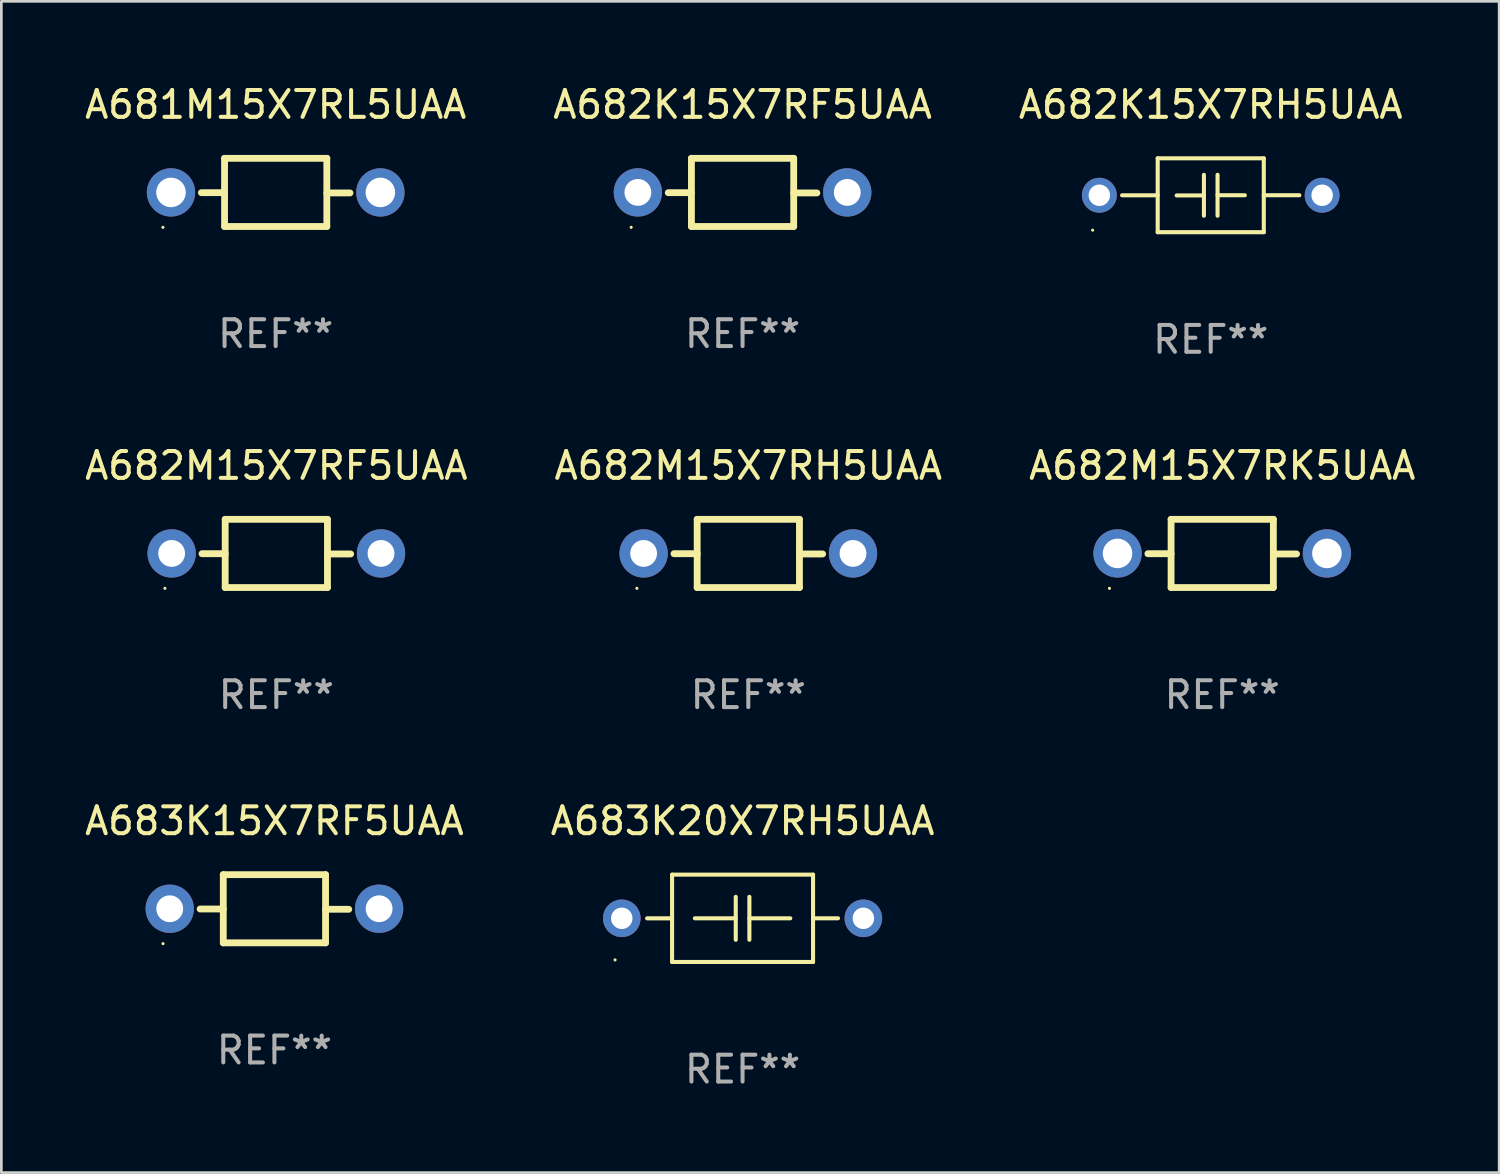
<source format=kicad_pcb>
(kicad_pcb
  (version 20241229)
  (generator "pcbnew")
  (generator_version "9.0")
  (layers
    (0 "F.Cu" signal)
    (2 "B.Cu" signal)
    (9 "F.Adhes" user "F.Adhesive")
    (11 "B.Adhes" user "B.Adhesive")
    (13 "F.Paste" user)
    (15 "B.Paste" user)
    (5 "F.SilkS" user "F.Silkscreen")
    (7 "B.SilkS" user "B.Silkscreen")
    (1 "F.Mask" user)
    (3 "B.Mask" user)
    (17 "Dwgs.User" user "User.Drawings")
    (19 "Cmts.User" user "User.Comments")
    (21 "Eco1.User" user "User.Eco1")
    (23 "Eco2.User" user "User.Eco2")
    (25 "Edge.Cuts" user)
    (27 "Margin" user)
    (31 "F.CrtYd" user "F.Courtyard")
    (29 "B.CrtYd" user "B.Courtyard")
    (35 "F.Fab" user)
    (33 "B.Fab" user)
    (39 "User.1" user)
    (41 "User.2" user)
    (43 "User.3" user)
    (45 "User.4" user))
  (footprint "A682M15X7RK5UAA"
    (layer "F.Cu")
    (at 42.482 17.567)
    (property "Reference" "A682M15X7RK5UAA" (at 0 -3.27 0) (layer "F.SilkS") (effects (font (size 1 1) (thickness 0.15))))
    (attr through_hole)
    (fp_line (start -1.905 -1.27) (end -1.905 1.27) (stroke (width 0.254) (type solid)) (layer "F.SilkS"))
    (fp_line (start -1.905 0.01) (end -2.769 0.01) (stroke (width 0.254) (type solid)) (layer "F.SilkS"))
    (fp_line (start -1.905 1.27) (end 1.905 1.27) (stroke (width 0.254) (type solid)) (layer "F.SilkS"))
    (fp_line (start 1.905 -1.27) (end -1.905 -1.27) (stroke (width 0.254) (type solid)) (layer "F.SilkS"))
    (fp_line (start 1.905 0.02) (end 2.769 0.02) (stroke (width 0.254) (type solid)) (layer "F.SilkS"))
    (fp_line (start 1.905 1.27) (end 1.905 -1.27) (stroke (width 0.254) (type solid)) (layer "F.SilkS"))
    (fp_circle (center -4.201 1.3) (end -4.171 1.3) (stroke (width 0.06) (type solid)) (fill no) (layer "F.SilkS"))
    (fp_text user "REF**" (at 0 5.27 0) (layer "F.Fab") (effects (font (size 1 1) (thickness 0.15))))
    (pad "1" thru_hole circle (at -3.9 0) (size 1.8 1.8) (drill 1.1) (layers "*.Cu" "*.Mask"))
    (pad "2" thru_hole circle (at 3.9 0) (size 1.8 1.8) (drill 1.1) (layers "*.Cu" "*.Mask")))
  (footprint "A682M15X7RH5UAA"
    (layer "F.Cu")
    (at 24.827 17.567)
    (property "Reference" "A682M15X7RH5UAA" (at 0 -3.27 0) (layer "F.SilkS") (effects (font (size 1 1) (thickness 0.15))))
    (attr through_hole)
    (fp_line (start -1.905 -1.27) (end -1.905 1.27) (stroke (width 0.254) (type solid)) (layer "F.SilkS"))
    (fp_line (start -1.905 0.01) (end -2.769 0.01) (stroke (width 0.254) (type solid)) (layer "F.SilkS"))
    (fp_line (start -1.905 1.27) (end 1.905 1.27) (stroke (width 0.254) (type solid)) (layer "F.SilkS"))
    (fp_line (start 1.905 -1.27) (end -1.905 -1.27) (stroke (width 0.254) (type solid)) (layer "F.SilkS"))
    (fp_line (start 1.905 0.02) (end 2.769 0.02) (stroke (width 0.254) (type solid)) (layer "F.SilkS"))
    (fp_line (start 1.905 1.27) (end 1.905 -1.27) (stroke (width 0.254) (type solid)) (layer "F.SilkS"))
    (fp_circle (center -4.15 1.3) (end -4.12 1.3) (stroke (width 0.06) (type solid)) (fill no) (layer "F.SilkS"))
    (fp_text user "REF**" (at 0 5.27 0) (layer "F.Fab") (effects (font (size 1 1) (thickness 0.15))))
    (pad "1" thru_hole circle (at -3.9 0) (size 1.8 1.8) (drill 1) (layers "*.Cu" "*.Mask"))
    (pad "2" thru_hole circle (at 3.9 0) (size 1.8 1.8) (drill 1) (layers "*.Cu" "*.Mask")))
  (footprint "A682K15X7RF5UAA"
    (layer "F.Cu")
    (at 24.613 4.118)
    (property "Reference" "A682K15X7RF5UAA" (at 0 -3.27 0) (layer "F.SilkS") (effects (font (size 1 1) (thickness 0.15))))
    (attr through_hole)
    (fp_line (start -1.905 -1.27) (end -1.905 1.27) (stroke (width 0.254) (type solid)) (layer "F.SilkS"))
    (fp_line (start -1.905 0.01) (end -2.769 0.01) (stroke (width 0.254) (type solid)) (layer "F.SilkS"))
    (fp_line (start -1.905 1.27) (end 1.905 1.27) (stroke (width 0.254) (type solid)) (layer "F.SilkS"))
    (fp_line (start 1.905 -1.27) (end -1.905 -1.27) (stroke (width 0.254) (type solid)) (layer "F.SilkS"))
    (fp_line (start 1.905 0.02) (end 2.769 0.02) (stroke (width 0.254) (type solid)) (layer "F.SilkS"))
    (fp_line (start 1.905 1.27) (end 1.905 -1.27) (stroke (width 0.254) (type solid)) (layer "F.SilkS"))
    (fp_circle (center -4.15 1.3) (end -4.12 1.3) (stroke (width 0.06) (type solid)) (fill no) (layer "F.SilkS"))
    (fp_text user "REF**" (at 0 5.27 0) (layer "F.Fab") (effects (font (size 1 1) (thickness 0.15))))
    (pad "1" thru_hole circle (at -3.9 0) (size 1.8 1.8) (drill 1) (layers "*.Cu" "*.Mask"))
    (pad "2" thru_hole circle (at 3.9 0) (size 1.8 1.8) (drill 1) (layers "*.Cu" "*.Mask")))
  (footprint "A683K15X7RF5UAA"
    (layer "F.Cu")
    (at 7.173 30.804)
    (property "Reference" "A683K15X7RF5UAA" (at 0 -3.27 0) (layer "F.SilkS") (effects (font (size 1 1) (thickness 0.15))))
    (attr through_hole)
    (fp_line (start -1.905 -1.27) (end -1.905 1.27) (stroke (width 0.254) (type solid)) (layer "F.SilkS"))
    (fp_line (start -1.905 0.01) (end -2.769 0.01) (stroke (width 0.254) (type solid)) (layer "F.SilkS"))
    (fp_line (start -1.905 1.27) (end 1.905 1.27) (stroke (width 0.254) (type solid)) (layer "F.SilkS"))
    (fp_line (start 1.905 -1.27) (end -1.905 -1.27) (stroke (width 0.254) (type solid)) (layer "F.SilkS"))
    (fp_line (start 1.905 0.02) (end 2.769 0.02) (stroke (width 0.254) (type solid)) (layer "F.SilkS"))
    (fp_line (start 1.905 1.27) (end 1.905 -1.27) (stroke (width 0.254) (type solid)) (layer "F.SilkS"))
    (fp_circle (center -4.15 1.3) (end -4.12 1.3) (stroke (width 0.06) (type solid)) (fill no) (layer "F.SilkS"))
    (fp_text user "REF**" (at 0 5.27 0) (layer "F.Fab") (effects (font (size 1 1) (thickness 0.15))))
    (pad "1" thru_hole circle (at -3.9 0) (size 1.8 1.8) (drill 1) (layers "*.Cu" "*.Mask"))
    (pad "2" thru_hole circle (at 3.9 0) (size 1.8 1.8) (drill 1) (layers "*.Cu" "*.Mask")))
  (footprint "A681M15X7RL5UAA"
    (layer "F.Cu")
    (at 7.22 4.118)
    (property "Reference" "A681M15X7RL5UAA" (at 0 -3.27 0) (layer "F.SilkS") (effects (font (size 1 1) (thickness 0.15))))
    (attr through_hole)
    (fp_line (start -1.905 -1.27) (end -1.905 1.27) (stroke (width 0.254) (type solid)) (layer "F.SilkS"))
    (fp_line (start -1.905 0.01) (end -2.769 0.01) (stroke (width 0.254) (type solid)) (layer "F.SilkS"))
    (fp_line (start -1.905 1.27) (end 1.905 1.27) (stroke (width 0.254) (type solid)) (layer "F.SilkS"))
    (fp_line (start 1.905 -1.27) (end -1.905 -1.27) (stroke (width 0.254) (type solid)) (layer "F.SilkS"))
    (fp_line (start 1.905 0.02) (end 2.769 0.02) (stroke (width 0.254) (type solid)) (layer "F.SilkS"))
    (fp_line (start 1.905 1.27) (end 1.905 -1.27) (stroke (width 0.254) (type solid)) (layer "F.SilkS"))
    (fp_circle (center -4.201 1.3) (end -4.171 1.3) (stroke (width 0.06) (type solid)) (fill no) (layer "F.SilkS"))
    (fp_text user "REF**" (at 0 5.27 0) (layer "F.Fab") (effects (font (size 1 1) (thickness 0.15))))
    (pad "1" thru_hole circle (at -3.9 0) (size 1.8 1.8) (drill 1.1) (layers "*.Cu" "*.Mask"))
    (pad "2" thru_hole circle (at 3.9 0) (size 1.8 1.8) (drill 1.1) (layers "*.Cu" "*.Mask")))
  (footprint "A682K15X7RH5UAA"
    (layer "F.Cu")
    (at 42.054 4.224)
    (property "Reference" "A682K15X7RH5UAA" (at 0 -3.376 0) (layer "F.SilkS") (effects (font (size 1 1) (thickness 0.15))))
    (attr through_hole)
    (fp_line (start -1.976 -1.376) (end 1.976 -1.376) (stroke (width 0.152) (type solid)) (layer "F.SilkS"))
    (fp_line (start -1.976 0.001) (end -3.302 0.001) (stroke (width 0.152) (type solid)) (layer "F.SilkS"))
    (fp_line (start -1.976 1.376) (end -1.976 -1.376) (stroke (width 0.152) (type solid)) (layer "F.SilkS"))
    (fp_line (start -0.254 -0.762) (end -0.254 0.762) (stroke (width 0.152) (type solid)) (layer "F.SilkS"))
    (fp_line (start -0.254 0.007) (end -1.27 0.007) (stroke (width 0.152) (type solid)) (layer "F.SilkS"))
    (fp_line (start 0.254 -0.762) (end 0.254 0.762) (stroke (width 0.152) (type solid)) (layer "F.SilkS"))
    (fp_line (start 0.254 0) (end 1.27 0) (stroke (width 0.152) (type solid)) (layer "F.SilkS"))
    (fp_line (start 1.976 -1.376) (end 1.976 1.376) (stroke (width 0.152) (type solid)) (layer "F.SilkS"))
    (fp_line (start 1.976 -0.001) (end 3.302 -0.001) (stroke (width 0.152) (type solid)) (layer "F.SilkS"))
    (fp_line (start 1.976 1.376) (end -1.976 1.376) (stroke (width 0.152) (type solid)) (layer "F.SilkS"))
    (fp_circle (center -4.4 1.3) (end -4.37 1.3) (stroke (width 0.06) (type solid)) (fill no) (layer "F.SilkS"))
    (fp_text user "REF**" (at 0 5.376 0) (layer "F.Fab") (effects (font (size 1 1) (thickness 0.15))))
    (pad "1" thru_hole circle (at -4.15 0) (size 1.3 1.3) (drill 0.8) (layers "*.Cu" "*.Mask"))
    (pad "2" thru_hole circle (at 4.15 0) (size 1.3 1.3) (drill 0.8) (layers "*.Cu" "*.Mask")))
  (footprint "A683K20X7RH5UAA"
    (layer "F.Cu")
    (at 24.613 31.16)
    (property "Reference" "A683K20X7RH5UAA" (at 0 -3.626 0) (layer "F.SilkS") (effects (font (size 1 1) (thickness 0.15))))
    (attr through_hole)
    (fp_line (start -2.626 -1.626) (end 2.626 -1.626) (stroke (width 0.152) (type solid)) (layer "F.SilkS"))
    (fp_line (start -2.626 1.626) (end -2.626 -1.626) (stroke (width 0.152) (type solid)) (layer "F.SilkS"))
    (fp_line (start -2.626 0.001) (end -3.556 0.001) (stroke (width 0.152) (type solid)) (layer "F.SilkS"))
    (fp_line (start -0.254 -0.8) (end -0.254 0.8) (stroke (width 0.152) (type solid)) (layer "F.SilkS"))
    (fp_line (start -0.254 -0.000013) (end -1.778 -0.000013) (stroke (width 0.152) (type solid)) (layer "F.SilkS"))
    (fp_line (start 0.254 -0.000013) (end 1.778 -0.000013) (stroke (width 0.152) (type solid)) (layer "F.SilkS"))
    (fp_line (start 0.254 0.8) (end 0.254 -0.8) (stroke (width 0.152) (type solid)) (layer "F.SilkS"))
    (fp_line (start 2.626 -1.626) (end 2.626 1.626) (stroke (width 0.152) (type solid)) (layer "F.SilkS"))
    (fp_line (start 2.626 -0.001) (end 3.556 -0.001) (stroke (width 0.152) (type solid)) (layer "F.SilkS"))
    (fp_line (start 2.626 1.626) (end -2.626 1.626) (stroke (width 0.152) (type solid)) (layer "F.SilkS"))
    (fp_circle (center -4.75 1.55) (end -4.72 1.55) (stroke (width 0.06) (type solid)) (fill no) (layer "F.SilkS"))
    (fp_text user "REF**" (at 0 5.626 0) (layer "F.Fab") (effects (font (size 1 1) (thickness 0.15))))
    (pad "1" thru_hole circle (at -4.5 -0.000013) (size 1.4 1.4) (drill 0.8) (layers "*.Cu" "*.Mask"))
    (pad "2" thru_hole circle (at 4.5 -0.000013) (size 1.4 1.4) (drill 0.8) (layers "*.Cu" "*.Mask")))
  (footprint "A682M15X7RF5UAA"
    (layer "F.Cu")
    (at 7.244 17.567)
    (property "Reference" "A682M15X7RF5UAA" (at 0 -3.27 0) (layer "F.SilkS") (effects (font (size 1 1) (thickness 0.15))))
    (attr through_hole)
    (fp_line (start -1.905 -1.27) (end -1.905 1.27) (stroke (width 0.254) (type solid)) (layer "F.SilkS"))
    (fp_line (start -1.905 0.01) (end -2.769 0.01) (stroke (width 0.254) (type solid)) (layer "F.SilkS"))
    (fp_line (start -1.905 1.27) (end 1.905 1.27) (stroke (width 0.254) (type solid)) (layer "F.SilkS"))
    (fp_line (start 1.905 -1.27) (end -1.905 -1.27) (stroke (width 0.254) (type solid)) (layer "F.SilkS"))
    (fp_line (start 1.905 0.02) (end 2.769 0.02) (stroke (width 0.254) (type solid)) (layer "F.SilkS"))
    (fp_line (start 1.905 1.27) (end 1.905 -1.27) (stroke (width 0.254) (type solid)) (layer "F.SilkS"))
    (fp_circle (center -4.15 1.3) (end -4.12 1.3) (stroke (width 0.06) (type solid)) (fill no) (layer "F.SilkS"))
    (fp_text user "REF**" (at 0 5.27 0) (layer "F.Fab") (effects (font (size 1 1) (thickness 0.15))))
    (pad "1" thru_hole circle (at -3.9 0) (size 1.8 1.8) (drill 1) (layers "*.Cu" "*.Mask"))
    (pad "2" thru_hole circle (at 3.9 0) (size 1.8 1.8) (drill 1) (layers "*.Cu" "*.Mask")))
  (gr_rect
    (start -3 -3)
    (end 52.798 40.634)
    (stroke (width 0.1) (type default))
    (fill no)
    (layer "Edge.Cuts")))
</source>
